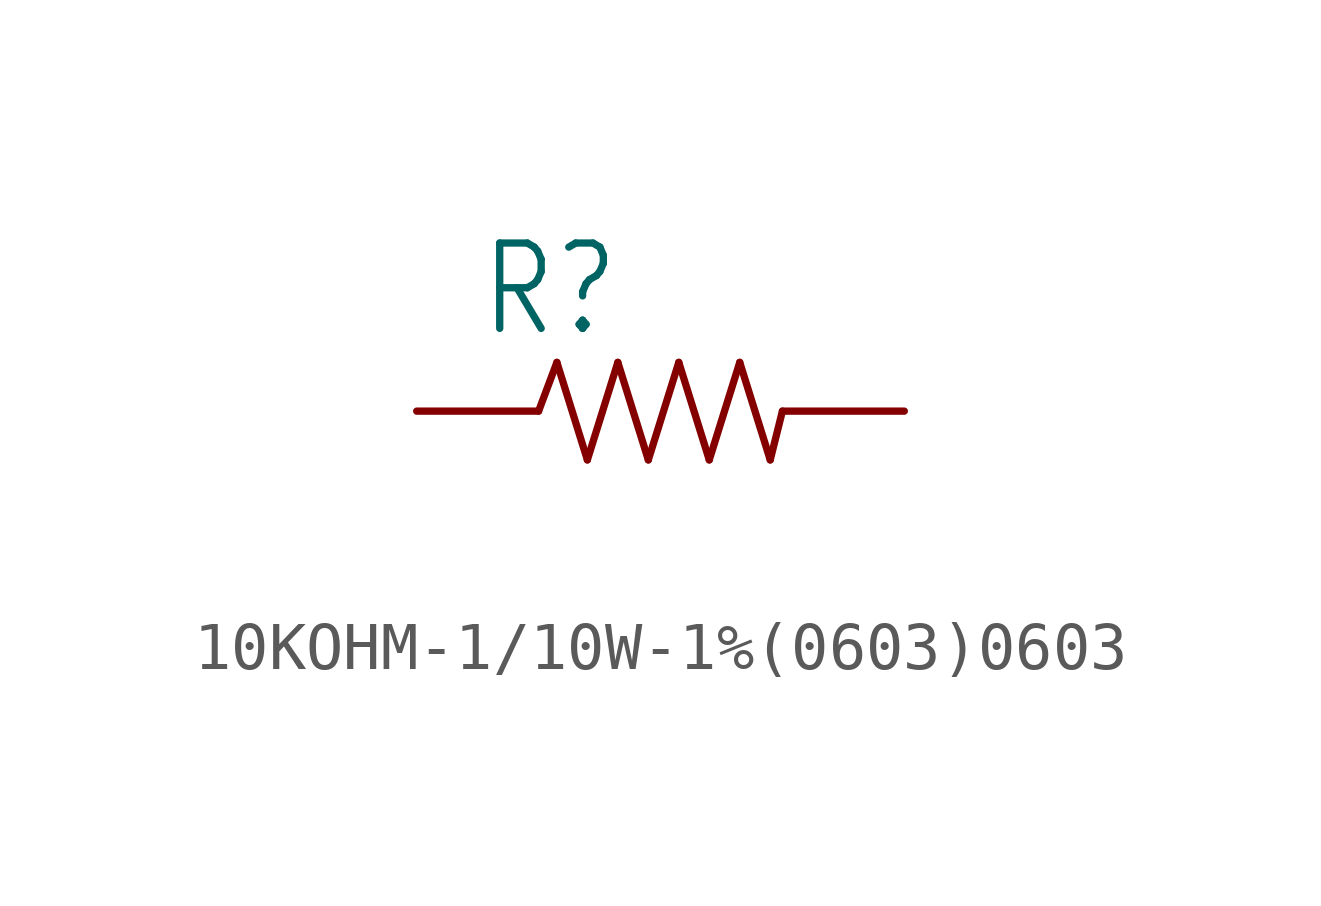
<source format=kicad_sym>
(kicad_symbol_lib
  (version 20220914)
  (generator kicad_symbol_editor)
  (symbol "10KOHM-1/10W-1%(0603)0603"
    (property "Reference" "R"
      (at -3.81 1.499 0)
      (effects (font (size 1.778 1.511)) (justify left bottom)))
    (property "Value" ""
      (at -3.81 -3.302 0)
      (effects (font (size 1.778 1.511)) (justify left bottom)))
    (property "ki_locked" ""
      (at 0 0 0)
      (effects (font (size 1.27 1.27))))
    (symbol "10KOHM-1/10W-1%(0603)0603_1_0"
      (polyline (pts (xy -2.54 0) (xy -2.159 1.016)) (stroke (width 0.152) (type solid)) (fill (type none)))
      (polyline (pts (xy -2.159 1.016) (xy -1.524 -1.016)) (stroke (width 0.152) (type solid)) (fill (type none)))
      (polyline (pts (xy -1.524 -1.016) (xy -0.889 1.016)) (stroke (width 0.152) (type solid)) (fill (type none)))
      (polyline (pts (xy -0.889 1.016) (xy -0.254 -1.016)) (stroke (width 0.152) (type solid)) (fill (type none)))
      (polyline (pts (xy -0.254 -1.016) (xy 0.381 1.016)) (stroke (width 0.152) (type solid)) (fill (type none)))
      (polyline (pts (xy 0.381 1.016) (xy 1.016 -1.016)) (stroke (width 0.152) (type solid)) (fill (type none)))
      (polyline (pts (xy 1.016 -1.016) (xy 1.651 1.016)) (stroke (width 0.152) (type solid)) (fill (type none)))
      (polyline (pts (xy 1.651 1.016) (xy 2.286 -1.016)) (stroke (width 0.152) (type solid)) (fill (type none)))
      (polyline (pts (xy 2.286 -1.016) (xy 2.54 0)) (stroke (width 0.152) (type solid)) (fill (type none)))
      (pin passive line (at -5.08 0 0) (length 2.54) (name "1" (effects (font (size 0 0)))) (number "1" (effects (font (size 0 0)))))
      (pin passive line (at 5.08 0 180) (length 2.54) (name "2" (effects (font (size 0 0)))) (number "2" (effects (font (size 0 0))))))))
</source>
